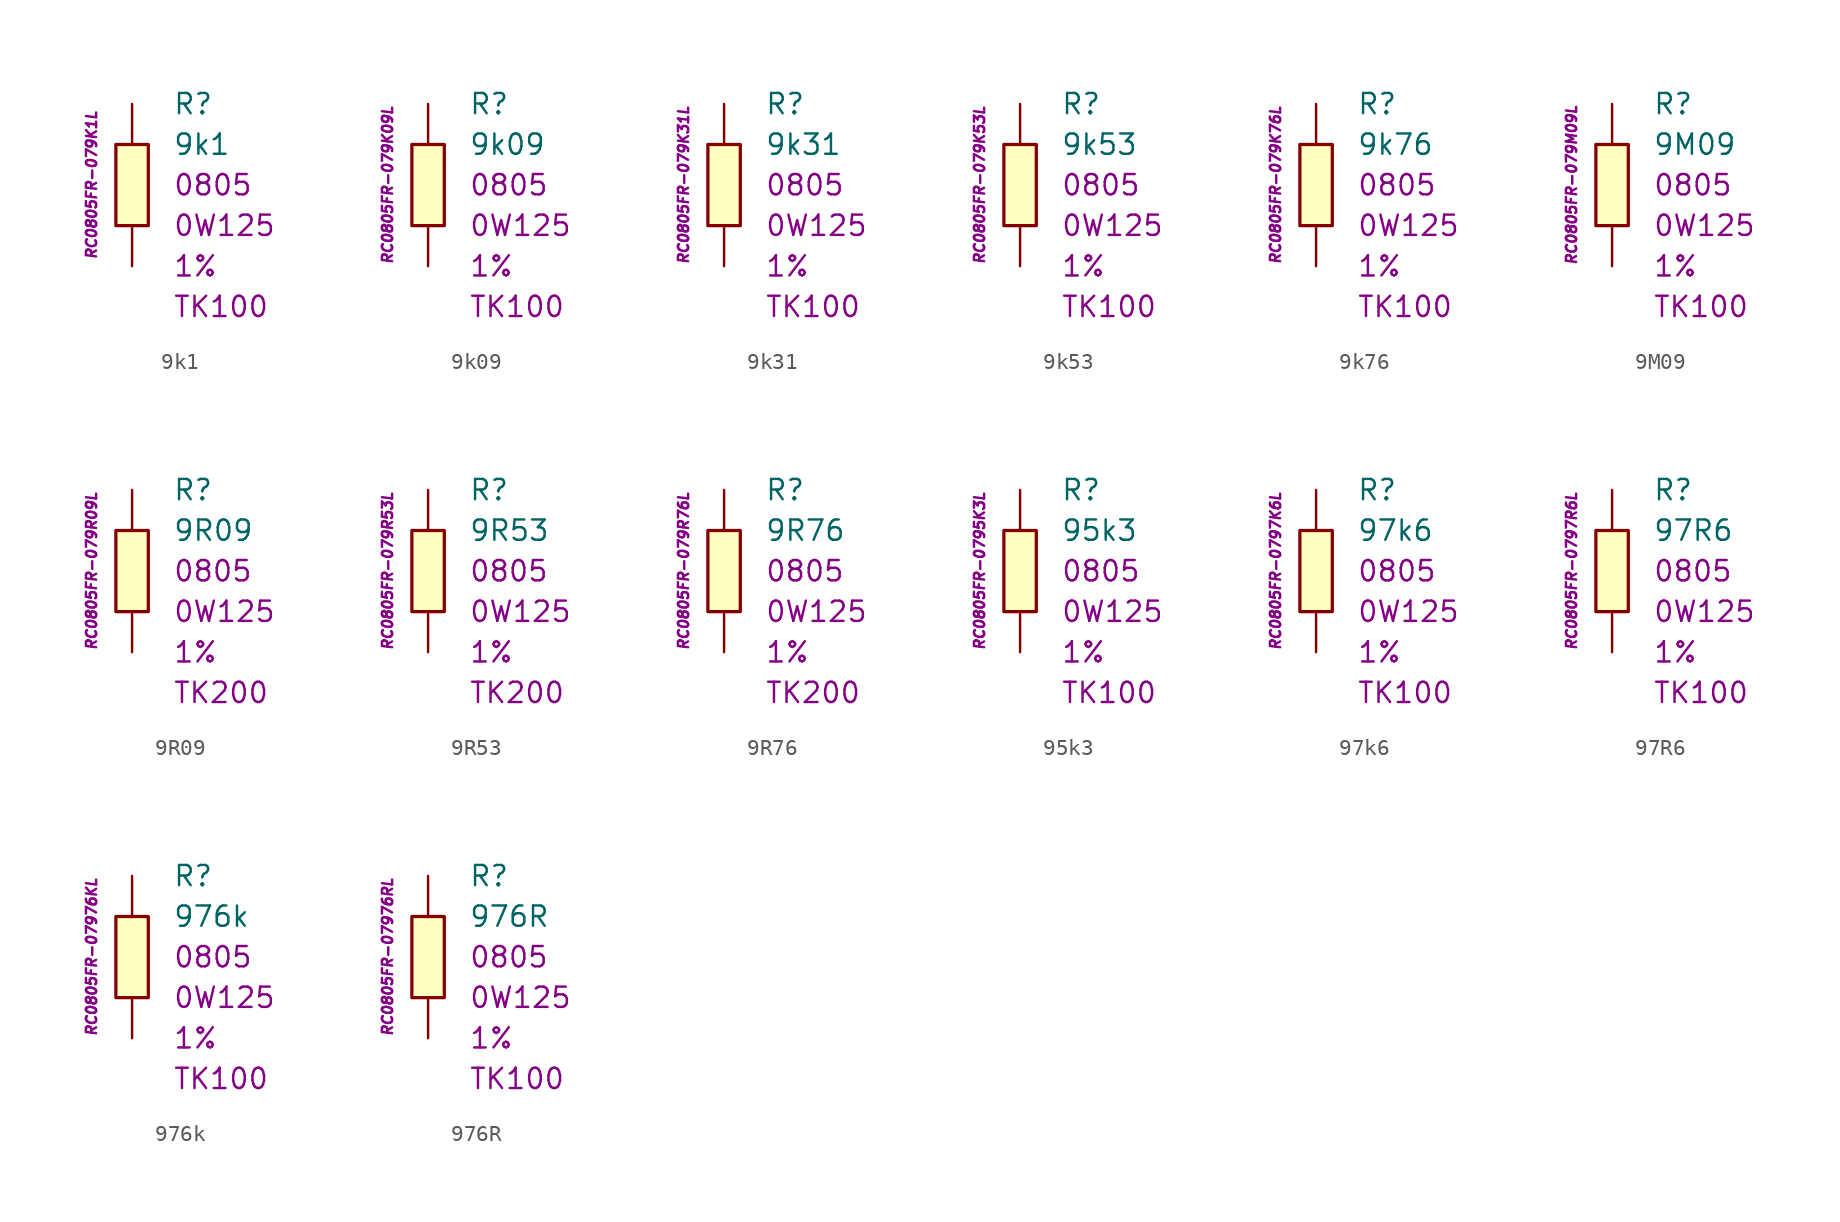
<source format=kicad_sym>
(kicad_symbol_lib
  (version 20201005)
  (generator kicad_symbol_editor)
  (symbol "9k1"
    (pin_numbers hide)
    (pin_names
      (offset 1.016) hide)
    (property "Reference" "R"
      (at 2.54 5.08 0)
      (effects (font (size 1.27 1.27)) (justify left)))
    (property "Value" "9k1"
      (at 2.54 2.54 0)
      (effects (font (size 1.27 1.27)) (justify left)))
    (property "Package" "0805"
      (at 2.54 0 0)
      (effects (font (size 1.27 1.27)) (justify left)))
    (property "Power" "0W125"
      (at 2.54 -2.54 0)
      (effects (font (size 1.27 1.27)) (justify left)))
    (property "Tolerance" "1%"
      (at 2.54 -5.08 0)
      (effects (font (size 1.27 1.27)) (justify left)))
    (property "TK" "TK100"
      (at 2.54 -7.62 0)
      (effects (font (size 1.27 1.27)) (justify left)))
    (property "ID" "RC0805FR-079K1L"
      (at -2.54 0 90)
      (effects (font (size 0.635 0.635) italic)))
    (symbol "9k1_0_1"
      (rectangle (start -1.016 2.54) (end 1.016 -2.54) (stroke (width 0.203)) (fill (type background))))
    (symbol "9k1_1_1"
      (pin passive line (at 0 5.08 270) (length 2.54) (name "~" (effects (font (size 1.778 1.778)))) (number "1" (effects (font (size 1.778 1.778)))))
      (pin passive line (at 0 -5.08 90) (length 2.54) (name "~" (effects (font (size 1.778 1.778)))) (number "2" (effects (font (size 1.778 1.778)))))))
  (symbol "9k09"
    (pin_numbers hide)
    (pin_names
      (offset 1.016) hide)
    (property "Reference" "R"
      (at 2.54 5.08 0)
      (effects (font (size 1.27 1.27)) (justify left)))
    (property "Value" "9k09"
      (at 2.54 2.54 0)
      (effects (font (size 1.27 1.27)) (justify left)))
    (property "Package" "0805"
      (at 2.54 0 0)
      (effects (font (size 1.27 1.27)) (justify left)))
    (property "Power" "0W125"
      (at 2.54 -2.54 0)
      (effects (font (size 1.27 1.27)) (justify left)))
    (property "Tolerance" "1%"
      (at 2.54 -5.08 0)
      (effects (font (size 1.27 1.27)) (justify left)))
    (property "TK" "TK100"
      (at 2.54 -7.62 0)
      (effects (font (size 1.27 1.27)) (justify left)))
    (property "ID" "RC0805FR-079K09L"
      (at -2.54 0 90)
      (effects (font (size 0.635 0.635) italic)))
    (symbol "9k09_0_1"
      (rectangle (start -1.016 2.54) (end 1.016 -2.54) (stroke (width 0.203)) (fill (type background))))
    (symbol "9k09_1_1"
      (pin passive line (at 0 5.08 270) (length 2.54) (name "~" (effects (font (size 1.778 1.778)))) (number "1" (effects (font (size 1.778 1.778)))))
      (pin passive line (at 0 -5.08 90) (length 2.54) (name "~" (effects (font (size 1.778 1.778)))) (number "2" (effects (font (size 1.778 1.778)))))))
  (symbol "9k31"
    (pin_numbers hide)
    (pin_names
      (offset 1.016) hide)
    (property "Reference" "R"
      (at 2.54 5.08 0)
      (effects (font (size 1.27 1.27)) (justify left)))
    (property "Value" "9k31"
      (at 2.54 2.54 0)
      (effects (font (size 1.27 1.27)) (justify left)))
    (property "Package" "0805"
      (at 2.54 0 0)
      (effects (font (size 1.27 1.27)) (justify left)))
    (property "Power" "0W125"
      (at 2.54 -2.54 0)
      (effects (font (size 1.27 1.27)) (justify left)))
    (property "Tolerance" "1%"
      (at 2.54 -5.08 0)
      (effects (font (size 1.27 1.27)) (justify left)))
    (property "TK" "TK100"
      (at 2.54 -7.62 0)
      (effects (font (size 1.27 1.27)) (justify left)))
    (property "ID" "RC0805FR-079K31L"
      (at -2.54 0 90)
      (effects (font (size 0.635 0.635) italic)))
    (symbol "9k31_0_1"
      (rectangle (start -1.016 2.54) (end 1.016 -2.54) (stroke (width 0.203)) (fill (type background))))
    (symbol "9k31_1_1"
      (pin passive line (at 0 5.08 270) (length 2.54) (name "~" (effects (font (size 1.778 1.778)))) (number "1" (effects (font (size 1.778 1.778)))))
      (pin passive line (at 0 -5.08 90) (length 2.54) (name "~" (effects (font (size 1.778 1.778)))) (number "2" (effects (font (size 1.778 1.778)))))))
  (symbol "9k53"
    (pin_numbers hide)
    (pin_names
      (offset 1.016) hide)
    (property "Reference" "R"
      (at 2.54 5.08 0)
      (effects (font (size 1.27 1.27)) (justify left)))
    (property "Value" "9k53"
      (at 2.54 2.54 0)
      (effects (font (size 1.27 1.27)) (justify left)))
    (property "Package" "0805"
      (at 2.54 0 0)
      (effects (font (size 1.27 1.27)) (justify left)))
    (property "Power" "0W125"
      (at 2.54 -2.54 0)
      (effects (font (size 1.27 1.27)) (justify left)))
    (property "Tolerance" "1%"
      (at 2.54 -5.08 0)
      (effects (font (size 1.27 1.27)) (justify left)))
    (property "TK" "TK100"
      (at 2.54 -7.62 0)
      (effects (font (size 1.27 1.27)) (justify left)))
    (property "ID" "RC0805FR-079K53L"
      (at -2.54 0 90)
      (effects (font (size 0.635 0.635) italic)))
    (symbol "9k53_0_1"
      (rectangle (start -1.016 2.54) (end 1.016 -2.54) (stroke (width 0.203)) (fill (type background))))
    (symbol "9k53_1_1"
      (pin passive line (at 0 5.08 270) (length 2.54) (name "~" (effects (font (size 1.778 1.778)))) (number "1" (effects (font (size 1.778 1.778)))))
      (pin passive line (at 0 -5.08 90) (length 2.54) (name "~" (effects (font (size 1.778 1.778)))) (number "2" (effects (font (size 1.778 1.778)))))))
  (symbol "9k76"
    (pin_numbers hide)
    (pin_names
      (offset 1.016) hide)
    (property "Reference" "R"
      (at 2.54 5.08 0)
      (effects (font (size 1.27 1.27)) (justify left)))
    (property "Value" "9k76"
      (at 2.54 2.54 0)
      (effects (font (size 1.27 1.27)) (justify left)))
    (property "Package" "0805"
      (at 2.54 0 0)
      (effects (font (size 1.27 1.27)) (justify left)))
    (property "Power" "0W125"
      (at 2.54 -2.54 0)
      (effects (font (size 1.27 1.27)) (justify left)))
    (property "Tolerance" "1%"
      (at 2.54 -5.08 0)
      (effects (font (size 1.27 1.27)) (justify left)))
    (property "TK" "TK100"
      (at 2.54 -7.62 0)
      (effects (font (size 1.27 1.27)) (justify left)))
    (property "ID" "RC0805FR-079K76L"
      (at -2.54 0 90)
      (effects (font (size 0.635 0.635) italic)))
    (symbol "9k76_0_1"
      (rectangle (start -1.016 2.54) (end 1.016 -2.54) (stroke (width 0.203)) (fill (type background))))
    (symbol "9k76_1_1"
      (pin passive line (at 0 5.08 270) (length 2.54) (name "~" (effects (font (size 1.778 1.778)))) (number "1" (effects (font (size 1.778 1.778)))))
      (pin passive line (at 0 -5.08 90) (length 2.54) (name "~" (effects (font (size 1.778 1.778)))) (number "2" (effects (font (size 1.778 1.778)))))))
  (symbol "9M09"
    (pin_numbers hide)
    (pin_names
      (offset 1.016) hide)
    (property "Reference" "R"
      (at 2.54 5.08 0)
      (effects (font (size 1.27 1.27)) (justify left)))
    (property "Value" "9M09"
      (at 2.54 2.54 0)
      (effects (font (size 1.27 1.27)) (justify left)))
    (property "Package" "0805"
      (at 2.54 0 0)
      (effects (font (size 1.27 1.27)) (justify left)))
    (property "Power" "0W125"
      (at 2.54 -2.54 0)
      (effects (font (size 1.27 1.27)) (justify left)))
    (property "Tolerance" "1%"
      (at 2.54 -5.08 0)
      (effects (font (size 1.27 1.27)) (justify left)))
    (property "TK" "TK100"
      (at 2.54 -7.62 0)
      (effects (font (size 1.27 1.27)) (justify left)))
    (property "ID" "RC0805FR-079M09L"
      (at -2.54 0 90)
      (effects (font (size 0.635 0.635) italic)))
    (symbol "9M09_0_1"
      (rectangle (start -1.016 2.54) (end 1.016 -2.54) (stroke (width 0.203)) (fill (type background))))
    (symbol "9M09_1_1"
      (pin passive line (at 0 5.08 270) (length 2.54) (name "~" (effects (font (size 1.778 1.778)))) (number "1" (effects (font (size 1.778 1.778)))))
      (pin passive line (at 0 -5.08 90) (length 2.54) (name "~" (effects (font (size 1.778 1.778)))) (number "2" (effects (font (size 1.778 1.778)))))))
  (symbol "9R09"
    (pin_numbers hide)
    (pin_names
      (offset 1.016) hide)
    (property "Reference" "R"
      (at 2.54 5.08 0)
      (effects (font (size 1.27 1.27)) (justify left)))
    (property "Value" "9R09"
      (at 2.54 2.54 0)
      (effects (font (size 1.27 1.27)) (justify left)))
    (property "Package" "0805"
      (at 2.54 0 0)
      (effects (font (size 1.27 1.27)) (justify left)))
    (property "Power" "0W125"
      (at 2.54 -2.54 0)
      (effects (font (size 1.27 1.27)) (justify left)))
    (property "Tolerance" "1%"
      (at 2.54 -5.08 0)
      (effects (font (size 1.27 1.27)) (justify left)))
    (property "TK" "TK200"
      (at 2.54 -7.62 0)
      (effects (font (size 1.27 1.27)) (justify left)))
    (property "ID" "RC0805FR-079R09L"
      (at -2.54 0 90)
      (effects (font (size 0.635 0.635) italic)))
    (symbol "9R09_0_1"
      (rectangle (start -1.016 2.54) (end 1.016 -2.54) (stroke (width 0.203)) (fill (type background))))
    (symbol "9R09_1_1"
      (pin passive line (at 0 5.08 270) (length 2.54) (name "~" (effects (font (size 1.778 1.778)))) (number "1" (effects (font (size 1.778 1.778)))))
      (pin passive line (at 0 -5.08 90) (length 2.54) (name "~" (effects (font (size 1.778 1.778)))) (number "2" (effects (font (size 1.778 1.778)))))))
  (symbol "9R53"
    (pin_numbers hide)
    (pin_names
      (offset 1.016) hide)
    (property "Reference" "R"
      (at 2.54 5.08 0)
      (effects (font (size 1.27 1.27)) (justify left)))
    (property "Value" "9R53"
      (at 2.54 2.54 0)
      (effects (font (size 1.27 1.27)) (justify left)))
    (property "Package" "0805"
      (at 2.54 0 0)
      (effects (font (size 1.27 1.27)) (justify left)))
    (property "Power" "0W125"
      (at 2.54 -2.54 0)
      (effects (font (size 1.27 1.27)) (justify left)))
    (property "Tolerance" "1%"
      (at 2.54 -5.08 0)
      (effects (font (size 1.27 1.27)) (justify left)))
    (property "TK" "TK200"
      (at 2.54 -7.62 0)
      (effects (font (size 1.27 1.27)) (justify left)))
    (property "ID" "RC0805FR-079R53L"
      (at -2.54 0 90)
      (effects (font (size 0.635 0.635) italic)))
    (symbol "9R53_0_1"
      (rectangle (start -1.016 2.54) (end 1.016 -2.54) (stroke (width 0.203)) (fill (type background))))
    (symbol "9R53_1_1"
      (pin passive line (at 0 5.08 270) (length 2.54) (name "~" (effects (font (size 1.778 1.778)))) (number "1" (effects (font (size 1.778 1.778)))))
      (pin passive line (at 0 -5.08 90) (length 2.54) (name "~" (effects (font (size 1.778 1.778)))) (number "2" (effects (font (size 1.778 1.778)))))))
  (symbol "9R76"
    (pin_numbers hide)
    (pin_names
      (offset 1.016) hide)
    (property "Reference" "R"
      (at 2.54 5.08 0)
      (effects (font (size 1.27 1.27)) (justify left)))
    (property "Value" "9R76"
      (at 2.54 2.54 0)
      (effects (font (size 1.27 1.27)) (justify left)))
    (property "Package" "0805"
      (at 2.54 0 0)
      (effects (font (size 1.27 1.27)) (justify left)))
    (property "Power" "0W125"
      (at 2.54 -2.54 0)
      (effects (font (size 1.27 1.27)) (justify left)))
    (property "Tolerance" "1%"
      (at 2.54 -5.08 0)
      (effects (font (size 1.27 1.27)) (justify left)))
    (property "TK" "TK200"
      (at 2.54 -7.62 0)
      (effects (font (size 1.27 1.27)) (justify left)))
    (property "ID" "RC0805FR-079R76L"
      (at -2.54 0 90)
      (effects (font (size 0.635 0.635) italic)))
    (symbol "9R76_0_1"
      (rectangle (start -1.016 2.54) (end 1.016 -2.54) (stroke (width 0.203)) (fill (type background))))
    (symbol "9R76_1_1"
      (pin passive line (at 0 5.08 270) (length 2.54) (name "~" (effects (font (size 1.778 1.778)))) (number "1" (effects (font (size 1.778 1.778)))))
      (pin passive line (at 0 -5.08 90) (length 2.54) (name "~" (effects (font (size 1.778 1.778)))) (number "2" (effects (font (size 1.778 1.778)))))))
  (symbol "95k3"
    (pin_numbers hide)
    (pin_names
      (offset 1.016) hide)
    (property "Reference" "R"
      (at 2.54 5.08 0)
      (effects (font (size 1.27 1.27)) (justify left)))
    (property "Value" "95k3"
      (at 2.54 2.54 0)
      (effects (font (size 1.27 1.27)) (justify left)))
    (property "Package" "0805"
      (at 2.54 0 0)
      (effects (font (size 1.27 1.27)) (justify left)))
    (property "Power" "0W125"
      (at 2.54 -2.54 0)
      (effects (font (size 1.27 1.27)) (justify left)))
    (property "Tolerance" "1%"
      (at 2.54 -5.08 0)
      (effects (font (size 1.27 1.27)) (justify left)))
    (property "TK" "TK100"
      (at 2.54 -7.62 0)
      (effects (font (size 1.27 1.27)) (justify left)))
    (property "ID" "RC0805FR-0795K3L"
      (at -2.54 0 90)
      (effects (font (size 0.635 0.635) italic)))
    (symbol "95k3_0_1"
      (rectangle (start -1.016 2.54) (end 1.016 -2.54) (stroke (width 0.203)) (fill (type background))))
    (symbol "95k3_1_1"
      (pin passive line (at 0 5.08 270) (length 2.54) (name "~" (effects (font (size 1.778 1.778)))) (number "1" (effects (font (size 1.778 1.778)))))
      (pin passive line (at 0 -5.08 90) (length 2.54) (name "~" (effects (font (size 1.778 1.778)))) (number "2" (effects (font (size 1.778 1.778)))))))
  (symbol "97k6"
    (pin_numbers hide)
    (pin_names
      (offset 1.016) hide)
    (property "Reference" "R"
      (at 2.54 5.08 0)
      (effects (font (size 1.27 1.27)) (justify left)))
    (property "Value" "97k6"
      (at 2.54 2.54 0)
      (effects (font (size 1.27 1.27)) (justify left)))
    (property "Package" "0805"
      (at 2.54 0 0)
      (effects (font (size 1.27 1.27)) (justify left)))
    (property "Power" "0W125"
      (at 2.54 -2.54 0)
      (effects (font (size 1.27 1.27)) (justify left)))
    (property "Tolerance" "1%"
      (at 2.54 -5.08 0)
      (effects (font (size 1.27 1.27)) (justify left)))
    (property "TK" "TK100"
      (at 2.54 -7.62 0)
      (effects (font (size 1.27 1.27)) (justify left)))
    (property "ID" "RC0805FR-0797K6L"
      (at -2.54 0 90)
      (effects (font (size 0.635 0.635) italic)))
    (symbol "97k6_0_1"
      (rectangle (start -1.016 2.54) (end 1.016 -2.54) (stroke (width 0.203)) (fill (type background))))
    (symbol "97k6_1_1"
      (pin passive line (at 0 5.08 270) (length 2.54) (name "~" (effects (font (size 1.778 1.778)))) (number "1" (effects (font (size 1.778 1.778)))))
      (pin passive line (at 0 -5.08 90) (length 2.54) (name "~" (effects (font (size 1.778 1.778)))) (number "2" (effects (font (size 1.778 1.778)))))))
  (symbol "97R6"
    (pin_numbers hide)
    (pin_names
      (offset 1.016) hide)
    (property "Reference" "R"
      (at 2.54 5.08 0)
      (effects (font (size 1.27 1.27)) (justify left)))
    (property "Value" "97R6"
      (at 2.54 2.54 0)
      (effects (font (size 1.27 1.27)) (justify left)))
    (property "Package" "0805"
      (at 2.54 0 0)
      (effects (font (size 1.27 1.27)) (justify left)))
    (property "Power" "0W125"
      (at 2.54 -2.54 0)
      (effects (font (size 1.27 1.27)) (justify left)))
    (property "Tolerance" "1%"
      (at 2.54 -5.08 0)
      (effects (font (size 1.27 1.27)) (justify left)))
    (property "TK" "TK100"
      (at 2.54 -7.62 0)
      (effects (font (size 1.27 1.27)) (justify left)))
    (property "ID" "RC0805FR-0797R6L"
      (at -2.54 0 90)
      (effects (font (size 0.635 0.635) italic)))
    (symbol "97R6_0_1"
      (rectangle (start -1.016 2.54) (end 1.016 -2.54) (stroke (width 0.203)) (fill (type background))))
    (symbol "97R6_1_1"
      (pin passive line (at 0 5.08 270) (length 2.54) (name "~" (effects (font (size 1.778 1.778)))) (number "1" (effects (font (size 1.778 1.778)))))
      (pin passive line (at 0 -5.08 90) (length 2.54) (name "~" (effects (font (size 1.778 1.778)))) (number "2" (effects (font (size 1.778 1.778)))))))
  (symbol "976k"
    (pin_numbers hide)
    (pin_names
      (offset 1.016) hide)
    (property "Reference" "R"
      (at 2.54 5.08 0)
      (effects (font (size 1.27 1.27)) (justify left)))
    (property "Value" "976k"
      (at 2.54 2.54 0)
      (effects (font (size 1.27 1.27)) (justify left)))
    (property "Package" "0805"
      (at 2.54 0 0)
      (effects (font (size 1.27 1.27)) (justify left)))
    (property "Power" "0W125"
      (at 2.54 -2.54 0)
      (effects (font (size 1.27 1.27)) (justify left)))
    (property "Tolerance" "1%"
      (at 2.54 -5.08 0)
      (effects (font (size 1.27 1.27)) (justify left)))
    (property "TK" "TK100"
      (at 2.54 -7.62 0)
      (effects (font (size 1.27 1.27)) (justify left)))
    (property "ID" "RC0805FR-07976KL"
      (at -2.54 0 90)
      (effects (font (size 0.635 0.635) italic)))
    (symbol "976k_0_1"
      (rectangle (start -1.016 2.54) (end 1.016 -2.54) (stroke (width 0.203)) (fill (type background))))
    (symbol "976k_1_1"
      (pin passive line (at 0 5.08 270) (length 2.54) (name "~" (effects (font (size 1.778 1.778)))) (number "1" (effects (font (size 1.778 1.778)))))
      (pin passive line (at 0 -5.08 90) (length 2.54) (name "~" (effects (font (size 1.778 1.778)))) (number "2" (effects (font (size 1.778 1.778)))))))
  (symbol "976R"
    (pin_numbers hide)
    (pin_names
      (offset 1.016) hide)
    (property "Reference" "R"
      (at 2.54 5.08 0)
      (effects (font (size 1.27 1.27)) (justify left)))
    (property "Value" "976R"
      (at 2.54 2.54 0)
      (effects (font (size 1.27 1.27)) (justify left)))
    (property "Package" "0805"
      (at 2.54 0 0)
      (effects (font (size 1.27 1.27)) (justify left)))
    (property "Power" "0W125"
      (at 2.54 -2.54 0)
      (effects (font (size 1.27 1.27)) (justify left)))
    (property "Tolerance" "1%"
      (at 2.54 -5.08 0)
      (effects (font (size 1.27 1.27)) (justify left)))
    (property "TK" "TK100"
      (at 2.54 -7.62 0)
      (effects (font (size 1.27 1.27)) (justify left)))
    (property "ID" "RC0805FR-07976RL"
      (at -2.54 0 90)
      (effects (font (size 0.635 0.635) italic)))
    (symbol "976R_0_1"
      (rectangle (start -1.016 2.54) (end 1.016 -2.54) (stroke (width 0.203)) (fill (type background))))
    (symbol "976R_1_1"
      (pin passive line (at 0 5.08 270) (length 2.54) (name "~" (effects (font (size 1.778 1.778)))) (number "1" (effects (font (size 1.778 1.778)))))
      (pin passive line (at 0 -5.08 90) (length 2.54) (name "~" (effects (font (size 1.778 1.778)))) (number "2" (effects (font (size 1.778 1.778))))))))
</source>
